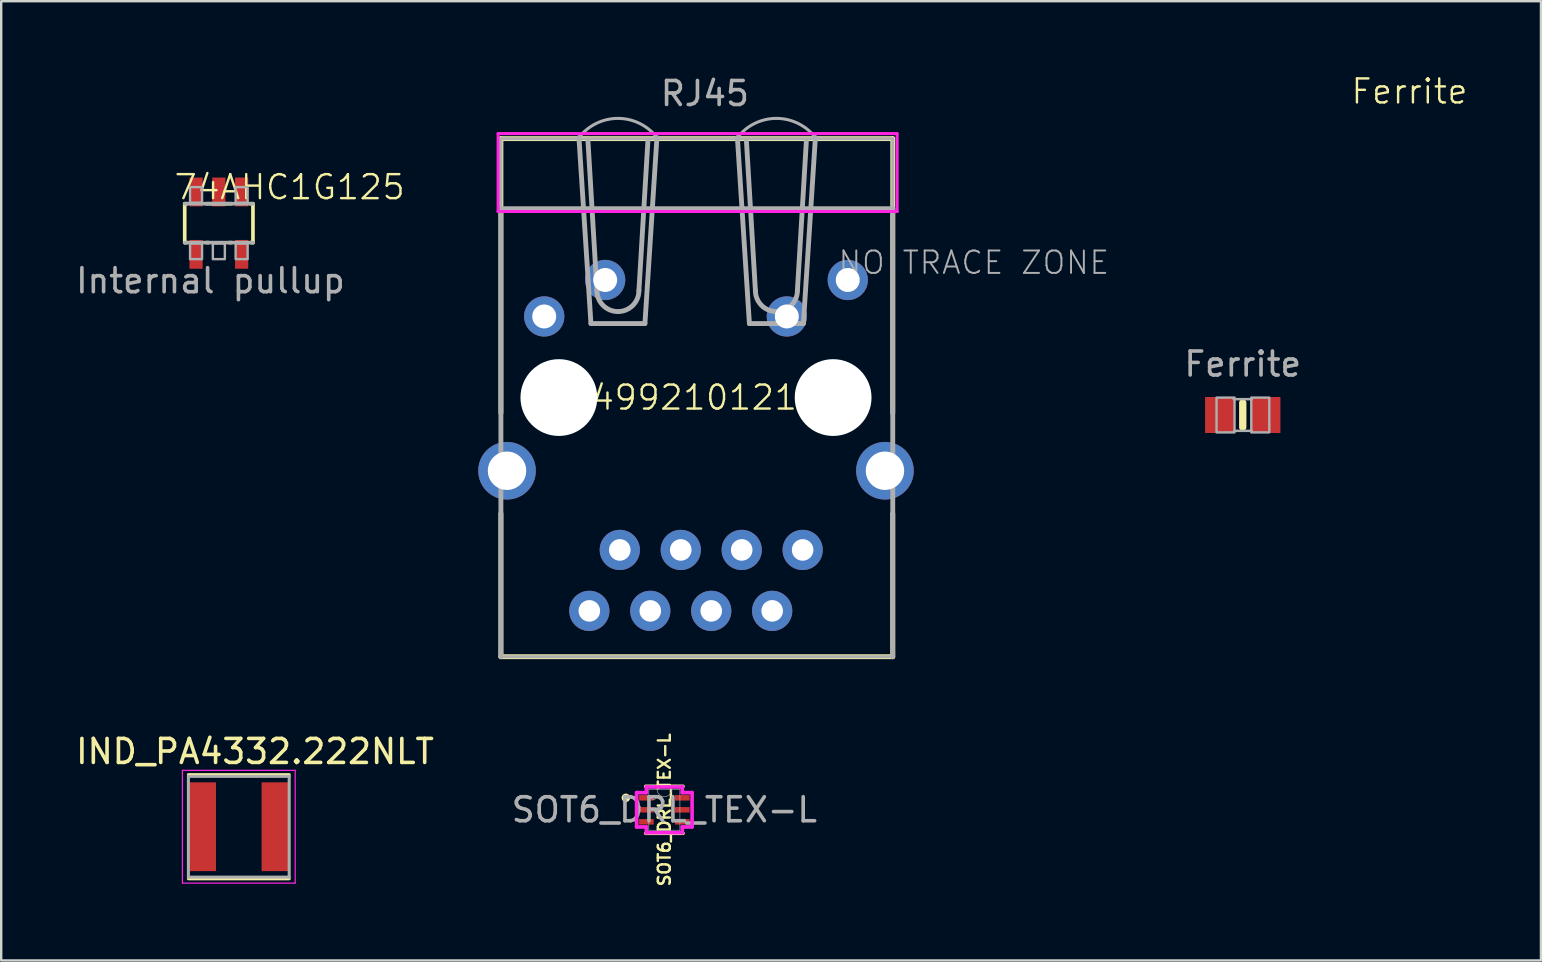
<source format=kicad_pcb>
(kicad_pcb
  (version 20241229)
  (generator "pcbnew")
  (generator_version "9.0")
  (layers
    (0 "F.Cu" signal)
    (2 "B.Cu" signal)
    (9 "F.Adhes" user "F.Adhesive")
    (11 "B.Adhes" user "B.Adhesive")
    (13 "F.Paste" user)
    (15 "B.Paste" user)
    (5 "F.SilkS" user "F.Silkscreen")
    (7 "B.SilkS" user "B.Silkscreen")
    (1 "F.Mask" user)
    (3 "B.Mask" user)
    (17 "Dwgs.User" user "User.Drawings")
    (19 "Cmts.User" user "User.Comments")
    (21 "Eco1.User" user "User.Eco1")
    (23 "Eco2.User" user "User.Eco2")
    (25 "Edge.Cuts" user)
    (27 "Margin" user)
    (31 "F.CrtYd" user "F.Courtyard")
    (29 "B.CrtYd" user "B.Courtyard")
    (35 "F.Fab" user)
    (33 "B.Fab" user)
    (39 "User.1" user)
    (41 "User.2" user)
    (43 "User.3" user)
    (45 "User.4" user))
  (footprint "IND_PA4332.222NLT"
    (layer "F.Cu")
    (at 6.902 31.403)
    (property "Reference" "IND_PA4332.222NLT" (at 0.675 -3.135 0) (layer "F.SilkS") (effects (font (size 1 1) (thickness 0.15))))
    (attr smd)
    (fp_line (start 2.1 -2.17) (end -2.1 -2.17) (stroke (width 0.127) (type solid)) (layer "F.SilkS"))
    (fp_line (start 2.1 2.17) (end -2.1 2.17) (stroke (width 0.127) (type solid)) (layer "F.SilkS"))
    (fp_line (start -2.35 -2.35) (end 2.35 -2.35) (stroke (width 0.05) (type solid)) (layer "F.CrtYd"))
    (fp_line (start -2.35 2.35) (end -2.35 -2.35) (stroke (width 0.05) (type solid)) (layer "F.CrtYd"))
    (fp_line (start 2.35 -2.35) (end 2.35 2.35) (stroke (width 0.05) (type solid)) (layer "F.CrtYd"))
    (fp_line (start 2.35 2.35) (end -2.35 2.35) (stroke (width 0.05) (type solid)) (layer "F.CrtYd"))
    (fp_line (start -2.1 -2.1) (end 2.1 -2.1) (stroke (width 0.127) (type solid)) (layer "F.Fab"))
    (fp_line (start -2.1 2.1) (end -2.1 -2.1) (stroke (width 0.127) (type solid)) (layer "F.Fab"))
    (fp_line (start 2.1 -2.1) (end 2.1 2.1) (stroke (width 0.127) (type solid)) (layer "F.Fab"))
    (fp_line (start 2.1 2.1) (end -2.1 2.1) (stroke (width 0.127) (type solid)) (layer "F.Fab"))
    (pad "1" smd rect (at -1.5 0) (size 1.1 3.7) (layers "F.Cu" "F.Mask" "F.Paste"))
    (pad "2" smd rect (at 1.5 0) (size 1.1 3.7) (layers "F.Cu" "F.Mask" "F.Paste")))
  (footprint "SOT6_DRL_TEX-L"
    (layer "F.Cu")
    (at 24.637 30.698)
    (property "Reference" "SOT6_DRL_TEX-L" (at 0 0 90) (unlocked yes) (layer "F.SilkS") (effects (font (size 0.5 0.5) (thickness 0.1))))
    (attr smd)
    (fp_line (start -0.775 0.978) (end 0.775 0.978) (stroke (width 0.152) (type solid)) (layer "F.SilkS"))
    (fp_line (start 0.775 -0.978) (end -0.775 -0.978) (stroke (width 0.152) (type solid)) (layer "F.SilkS"))
    (fp_circle (center -1.605 -0.5) (end -1.503 -0.5) (stroke (width 0.152) (type solid)) (fill no) (layer "F.SilkS"))
    (fp_line (start -1.156 -0.716) (end -0.749 -0.716) (stroke (width 0.152) (type solid)) (layer "F.CrtYd"))
    (fp_line (start -1.156 0.716) (end -1.156 -0.716) (stroke (width 0.152) (type solid)) (layer "F.CrtYd"))
    (fp_line (start -1.156 0.716) (end -0.749 0.716) (stroke (width 0.152) (type solid)) (layer "F.CrtYd"))
    (fp_line (start -0.749 -0.953) (end 0.749 -0.953) (stroke (width 0.152) (type solid)) (layer "F.CrtYd"))
    (fp_line (start -0.749 -0.716) (end -0.749 -0.953) (stroke (width 0.152) (type solid)) (layer "F.CrtYd"))
    (fp_line (start -0.749 0.953) (end -0.749 0.716) (stroke (width 0.152) (type solid)) (layer "F.CrtYd"))
    (fp_line (start 0.749 -0.953) (end 0.749 -0.716) (stroke (width 0.152) (type solid)) (layer "F.CrtYd"))
    (fp_line (start 0.749 0.716) (end 0.749 0.953) (stroke (width 0.152) (type solid)) (layer "F.CrtYd"))
    (fp_line (start 0.749 0.953) (end -0.749 0.953) (stroke (width 0.152) (type solid)) (layer "F.CrtYd"))
    (fp_line (start 1.156 -0.716) (end 0.749 -0.716) (stroke (width 0.152) (type solid)) (layer "F.CrtYd"))
    (fp_line (start 1.156 -0.716) (end 1.156 0.716) (stroke (width 0.152) (type solid)) (layer "F.CrtYd"))
    (fp_line (start 1.156 0.716) (end 0.749 0.716) (stroke (width 0.152) (type solid)) (layer "F.CrtYd"))
    (fp_line (start -0.648 -0.851) (end -0.648 0.851) (stroke (width 0.025) (type solid)) (layer "F.Fab"))
    (fp_line (start -0.648 0.851) (end 0.648 0.851) (stroke (width 0.025) (type solid)) (layer "F.Fab"))
    (fp_line (start 0.648 -0.851) (end -0.648 -0.851) (stroke (width 0.025) (type solid)) (layer "F.Fab"))
    (fp_line (start 0.648 0.851) (end 0.648 -0.851) (stroke (width 0.025) (type solid)) (layer "F.Fab"))
    (fp_arc (start 0.3048 -0.8509) (mid 0 -0.5461) (end -0.3048 -0.8509) (stroke (width 0.0254) (type solid)) (layer "F.Fab"))
    (fp_circle (center -0.445 -0.5) (end -0.368 -0.5) (stroke (width 0.025) (type solid)) (fill no) (layer "F.Fab"))
    (fp_text user "${REFERENCE}" (at 0 0 0) (unlocked yes) (layer "F.Fab") (effects (font (size 1 1) (thickness 0.15))))
    (pad "1" smd rect (at -0.749 -0.5) (size 0.61 0.229) (layers "F.Cu" "F.Mask" "F.Paste"))
    (pad "2" smd rect (at -0.749 0) (size 0.61 0.229) (layers "F.Cu" "F.Mask" "F.Paste"))
    (pad "3" smd rect (at -0.749 0.5) (size 0.61 0.229) (layers "F.Cu" "F.Mask" "F.Paste"))
    (pad "4" smd rect (at 0.749 0.5) (size 0.61 0.229) (layers "F.Cu" "F.Mask" "F.Paste"))
    (pad "5" smd rect (at 0.749 0) (size 0.61 0.229) (layers "F.Cu" "F.Mask" "F.Paste"))
    (pad "6" smd rect (at 0.749 -0.5) (size 0.61 0.229) (layers "F.Cu" "F.Mask" "F.Paste")))
  (footprint "7499210121A"
    (layer "F.Cu")
    (at 25.837 13.518)
    (property "Reference" "7499210121A" (at 0 0 0) (unlocked yes) (layer "F.SilkS") (effects (font (size 1 1) (thickness 0.1))))
    (fp_line (start -8.012 -10.79) (end -8.012 -7.87) (stroke (width 0.203) (type solid)) (layer "F.SilkS"))
    (fp_line (start -8.012 -10.79) (end 8.318 -10.79) (stroke (width 0.203) (type solid)) (layer "F.SilkS"))
    (fp_line (start -8.012 -7.87) (end -8.012 0.64) (stroke (width 0.203) (type solid)) (layer "F.SilkS"))
    (fp_line (start -8.012 4.83) (end -8.012 10.8) (stroke (width 0.203) (type solid)) (layer "F.SilkS"))
    (fp_line (start -8.012 10.8) (end 8.318 10.8) (stroke (width 0.203) (type solid)) (layer "F.SilkS"))
    (fp_line (start 8.318 -10.79) (end 8.318 -7.87) (stroke (width 0.203) (type solid)) (layer "F.SilkS"))
    (fp_line (start 8.318 -7.87) (end 8.318 0.64) (stroke (width 0.203) (type solid)) (layer "F.SilkS"))
    (fp_line (start 8.318 4.83) (end 8.318 10.8) (stroke (width 0.203) (type solid)) (layer "F.SilkS"))
    (fp_line (start -8.128 -11) (end 8.5 -11) (stroke (width 0.127) (type solid)) (layer "F.CrtYd"))
    (fp_line (start -8.128 -7.754) (end -8.128 -11) (stroke (width 0.127) (type solid)) (layer "F.CrtYd"))
    (fp_line (start 8.5 -11) (end 8.5 -7.754) (stroke (width 0.127) (type solid)) (layer "F.CrtYd"))
    (fp_line (start 8.5 -7.754) (end -8.128 -7.754) (stroke (width 0.127) (type solid)) (layer "F.CrtYd"))
    (fp_line (start -8.012 -10.79) (end -8.012 -7.87) (stroke (width 0.127) (type solid)) (layer "F.Fab"))
    (fp_line (start -8.012 -10.79) (end 8.318 -10.79) (stroke (width 0.127) (type solid)) (layer "F.Fab"))
    (fp_line (start -8.012 -7.87) (end -8.012 10.8) (stroke (width 0.203) (type solid)) (layer "F.Fab"))
    (fp_line (start -8.012 -7.87) (end 8.318 -7.87) (stroke (width 0.203) (type solid)) (layer "F.Fab"))
    (fp_line (start -8.012 10.8) (end 8.318 10.8) (stroke (width 0.127) (type solid)) (layer "F.Fab"))
    (fp_line (start -4.76 -10.834) (end -4.26 -3.084) (stroke (width 0.203) (type solid)) (layer "F.Fab"))
    (fp_line (start -4.385 -10.709) (end -4.01 -4.459) (stroke (width 0.203) (type solid)) (layer "F.Fab"))
    (fp_line (start -2.01 -3.084) (end -4.26 -3.084) (stroke (width 0.203) (type solid)) (layer "F.Fab"))
    (fp_line (start -1.885 -10.709) (end -2.26 -4.459) (stroke (width 0.203) (type solid)) (layer "F.Fab"))
    (fp_line (start -1.51 -10.834) (end -2.01 -3.084) (stroke (width 0.203) (type solid)) (layer "F.Fab"))
    (fp_line (start 1.844 -10.834) (end 2.344 -3.084) (stroke (width 0.203) (type solid)) (layer "F.Fab"))
    (fp_line (start 2.219 -10.709) (end 2.594 -4.459) (stroke (width 0.203) (type solid)) (layer "F.Fab"))
    (fp_line (start 4.594 -3.084) (end 2.344 -3.084) (stroke (width 0.203) (type solid)) (layer "F.Fab"))
    (fp_line (start 4.719 -10.709) (end 4.344 -4.459) (stroke (width 0.203) (type solid)) (layer "F.Fab"))
    (fp_line (start 5.094 -10.834) (end 4.594 -3.084) (stroke (width 0.203) (type solid)) (layer "F.Fab"))
    (fp_line (start 8.318 -10.79) (end 8.318 -7.87) (stroke (width 0.127) (type solid)) (layer "F.Fab"))
    (fp_line (start 8.318 -7.87) (end 8.318 10.8) (stroke (width 0.203) (type solid)) (layer "F.Fab"))
    (fp_arc (start -4.76 -10.834) (mid -3.135 -11.634152) (end -1.51 -10.834) (stroke (width 0.127) (type solid)) (layer "F.Fab"))
    (fp_arc (start -2.26 -4.459) (mid -3.135 -3.584) (end -4.01 -4.459) (stroke (width 0.2032) (type solid)) (layer "F.Fab"))
    (fp_arc (start 1.844 -10.834) (mid 3.469 -11.634152) (end 5.094 -10.834) (stroke (width 0.127) (type solid)) (layer "F.Fab"))
    (fp_arc (start 4.344 -4.459) (mid 3.469 -3.584) (end 2.594 -4.459) (stroke (width 0.2032) (type solid)) (layer "F.Fab"))
    (fp_text user "NO TRACE ZONE" (at 5.988 -6.17 0) (layer "F.Fab") (effects (font (size 0.935 0.935) (thickness 0.081)) (justify left top)))
    (fp_text user "RJ45" (at 0.488 -12.67 0) (unlocked yes) (layer "F.Fab") (effects (font (size 1 1) (thickness 0.15))))
    (pad "" np_thru_hole circle (at -5.597 0) (size 3.2 3.2) (drill 3.2) (layers "*.Cu" "*.Mask"))
    (pad "" np_thru_hole circle (at 5.833 0) (size 3.2 3.2) (drill 3.2) (layers "*.Cu" "*.Mask"))
    (pad "1" thru_hole circle (at 4.563 6.35) (size 1.676 1.676) (drill 0.9) (layers "*.Cu" "*.Mask"))
    (pad "2" thru_hole circle (at 3.293 8.89) (size 1.676 1.676) (drill 0.9) (layers "*.Cu" "*.Mask"))
    (pad "3" thru_hole circle (at 2.023 6.35) (size 1.676 1.676) (drill 0.9) (layers "*.Cu" "*.Mask"))
    (pad "4" thru_hole circle (at 0.753 8.89) (size 1.676 1.676) (drill 0.9) (layers "*.Cu" "*.Mask"))
    (pad "5" thru_hole circle (at -0.517 6.35) (size 1.676 1.676) (drill 0.9) (layers "*.Cu" "*.Mask"))
    (pad "6" thru_hole circle (at -1.787 8.89) (size 1.676 1.676) (drill 0.9) (layers "*.Cu" "*.Mask"))
    (pad "7" thru_hole circle (at -3.057 6.35) (size 1.676 1.676) (drill 0.9) (layers "*.Cu" "*.Mask"))
    (pad "8" thru_hole circle (at -4.327 8.89) (size 1.676 1.676) (drill 0.9) (layers "*.Cu" "*.Mask"))
    (pad "9" thru_hole circle (at 6.443 -4.9) (size 1.676 1.676) (drill 1) (layers "*.Cu" "*.Mask"))
    (pad "10" thru_hole circle (at 3.903 -3.38) (size 1.676 1.676) (drill 1) (layers "*.Cu" "*.Mask"))
    (pad "11" thru_hole circle (at -3.667 -4.9) (size 1.676 1.676) (drill 1) (layers "*.Cu" "*.Mask"))
    (pad "12" thru_hole circle (at -6.207 -3.38) (size 1.676 1.676) (drill 1) (layers "*.Cu" "*.Mask"))
    (pad "P$5" thru_hole circle (at -7.757 3.05) (size 2.4 2.4) (drill 1.6) (layers "*.Cu" "*.Mask"))
    (pad "P$6" thru_hole circle (at 7.993 3.05) (size 2.4 2.4) (drill 1.6) (layers "*.Cu" "*.Mask")))
  (footprint "74AHC1G125"
    (layer "F.Cu")
    (at 6.07 0.25)
    (property "Reference" "74AHC1G125" (at 2.95 4.5 0) (unlocked yes) (layer "F.SilkS") (effects (font (size 1 1) (thickness 0.1))))
    (attr smd)
    (fp_line (start -1.422 5.19) (end -1.328 5.19) (stroke (width 0.152) (type solid)) (layer "F.SilkS"))
    (fp_line (start -1.422 6.81) (end -1.422 5.19) (stroke (width 0.152) (type solid)) (layer "F.SilkS"))
    (fp_line (start -1.328 6.81) (end -1.422 6.81) (stroke (width 0.152) (type solid)) (layer "F.SilkS"))
    (fp_line (start -0.522 5.19) (end 0.522 5.19) (stroke (width 0.152) (type solid)) (layer "F.SilkS"))
    (fp_line (start -0.428 6.81) (end -0.522 6.81) (stroke (width 0.152) (type solid)) (layer "F.SilkS"))
    (fp_line (start 0.522 6.81) (end 0.428 6.81) (stroke (width 0.152) (type solid)) (layer "F.SilkS"))
    (fp_line (start 1.328 5.19) (end 1.422 5.19) (stroke (width 0.152) (type solid)) (layer "F.SilkS"))
    (fp_line (start 1.422 5.19) (end 1.422 6.81) (stroke (width 0.152) (type solid)) (layer "F.SilkS"))
    (fp_line (start 1.422 6.81) (end 1.328 6.81) (stroke (width 0.152) (type solid)) (layer "F.SilkS"))
    (fp_line (start -1.422 5.19) (end 1.422 5.19) (stroke (width 0.152) (type solid)) (layer "F.Fab"))
    (fp_line (start 1.422 6.81) (end -1.422 6.81) (stroke (width 0.152) (type solid)) (layer "F.Fab"))
    (fp_poly (pts (xy -1.2 5.15) (xy -0.7 5.15) (xy -0.7 4.5) (xy -1.2 4.5)) (stroke (width 0.1) (type default)) (fill no) (layer "F.Fab"))
    (fp_poly (pts (xy -1.2 7.5) (xy -0.7 7.5) (xy -0.7 6.85) (xy -1.2 6.85)) (stroke (width 0.1) (type default)) (fill no) (layer "F.Fab"))
    (fp_poly (pts (xy -0.25 7.5) (xy 0.25 7.5) (xy 0.25 6.85) (xy -0.25 6.85)) (stroke (width 0.1) (type default)) (fill no) (layer "F.Fab"))
    (fp_poly (pts (xy 0.7 5.15) (xy 1.2 5.15) (xy 1.2 4.5) (xy 0.7 4.5)) (stroke (width 0.1) (type default)) (fill no) (layer "F.Fab"))
    (fp_poly (pts (xy 0.7 7.5) (xy 1.2 7.5) (xy 1.2 6.85) (xy 0.7 6.85)) (stroke (width 0.1) (type default)) (fill no) (layer "F.Fab"))
    (fp_text user "Internal pullup" (at -0.35 8.4 0) (unlocked yes) (layer "F.Fab") (effects (font (size 1 1) (thickness 0.15))))
    (pad "1" smd rect (at 0.95 4.7 180) (size 0.55 1.2) (layers "F.Cu" "F.Mask" "F.Paste"))
    (pad "2" smd rect (at 0 4.7 180) (size 0.55 1.2) (layers "F.Cu" "F.Mask" "F.Paste"))
    (pad "3" smd rect (at -0.95 4.7 180) (size 0.55 1.2) (layers "F.Cu" "F.Mask" "F.Paste"))
    (pad "4" smd rect (at -0.95 7.3 180) (size 0.55 1.2) (layers "F.Cu" "F.Mask" "F.Paste"))
    (pad "5" smd rect (at 0.95 7.3 180) (size 0.55 1.2) (layers "F.Cu" "F.Mask" "F.Paste")))
  (footprint "Ferrite"
    (layer "F.Cu")
    (at 48.741 13.585)
    (property "Reference" "Ferrite" (at 6.95 -12.825 0) (unlocked yes) (layer "F.SilkS") (effects (font (size 1 1) (thickness 0.1))))
    (attr smd)
    (fp_line (start 0 0.152) (end 0 1.168) (stroke (width 0.305) (type solid)) (layer "F.SilkS"))
    (fp_line (start -0.381 0) (end 0.381 0) (stroke (width 0.102) (type solid)) (layer "F.Fab"))
    (fp_line (start -0.356 1.32) (end 0.381 1.32) (stroke (width 0.102) (type solid)) (layer "F.Fab"))
    (fp_poly (pts (xy -1.092 1.384) (xy -0.342 1.384) (xy -0.342 -0.066) (xy -1.092 -0.066)) (stroke (width 0.1) (type default)) (fill no) (layer "F.Fab"))
    (fp_poly (pts (xy 0.356 1.384) (xy 1.106 1.384) (xy 1.106 -0.066) (xy 0.356 -0.066)) (stroke (width 0.1) (type default)) (fill no) (layer "F.Fab"))
    (fp_text user "${REFERENCE}" (at 0 -1.463 0) (unlocked yes) (layer "F.Fab") (effects (font (size 1 1) (thickness 0.15))))
    (pad "1" smd rect (at -0.95 0.66) (size 1.24 1.5) (layers "F.Cu" "F.Mask" "F.Paste"))
    (pad "2" smd rect (at 0.95 0.66) (size 1.24 1.5) (layers "F.Cu" "F.Mask" "F.Paste")))
  (gr_rect
    (start -3 -3)
    (end 61.169 36.977)
    (stroke (width 0.1) (type default))
    (fill no)
    (layer "Edge.Cuts")))
</source>
